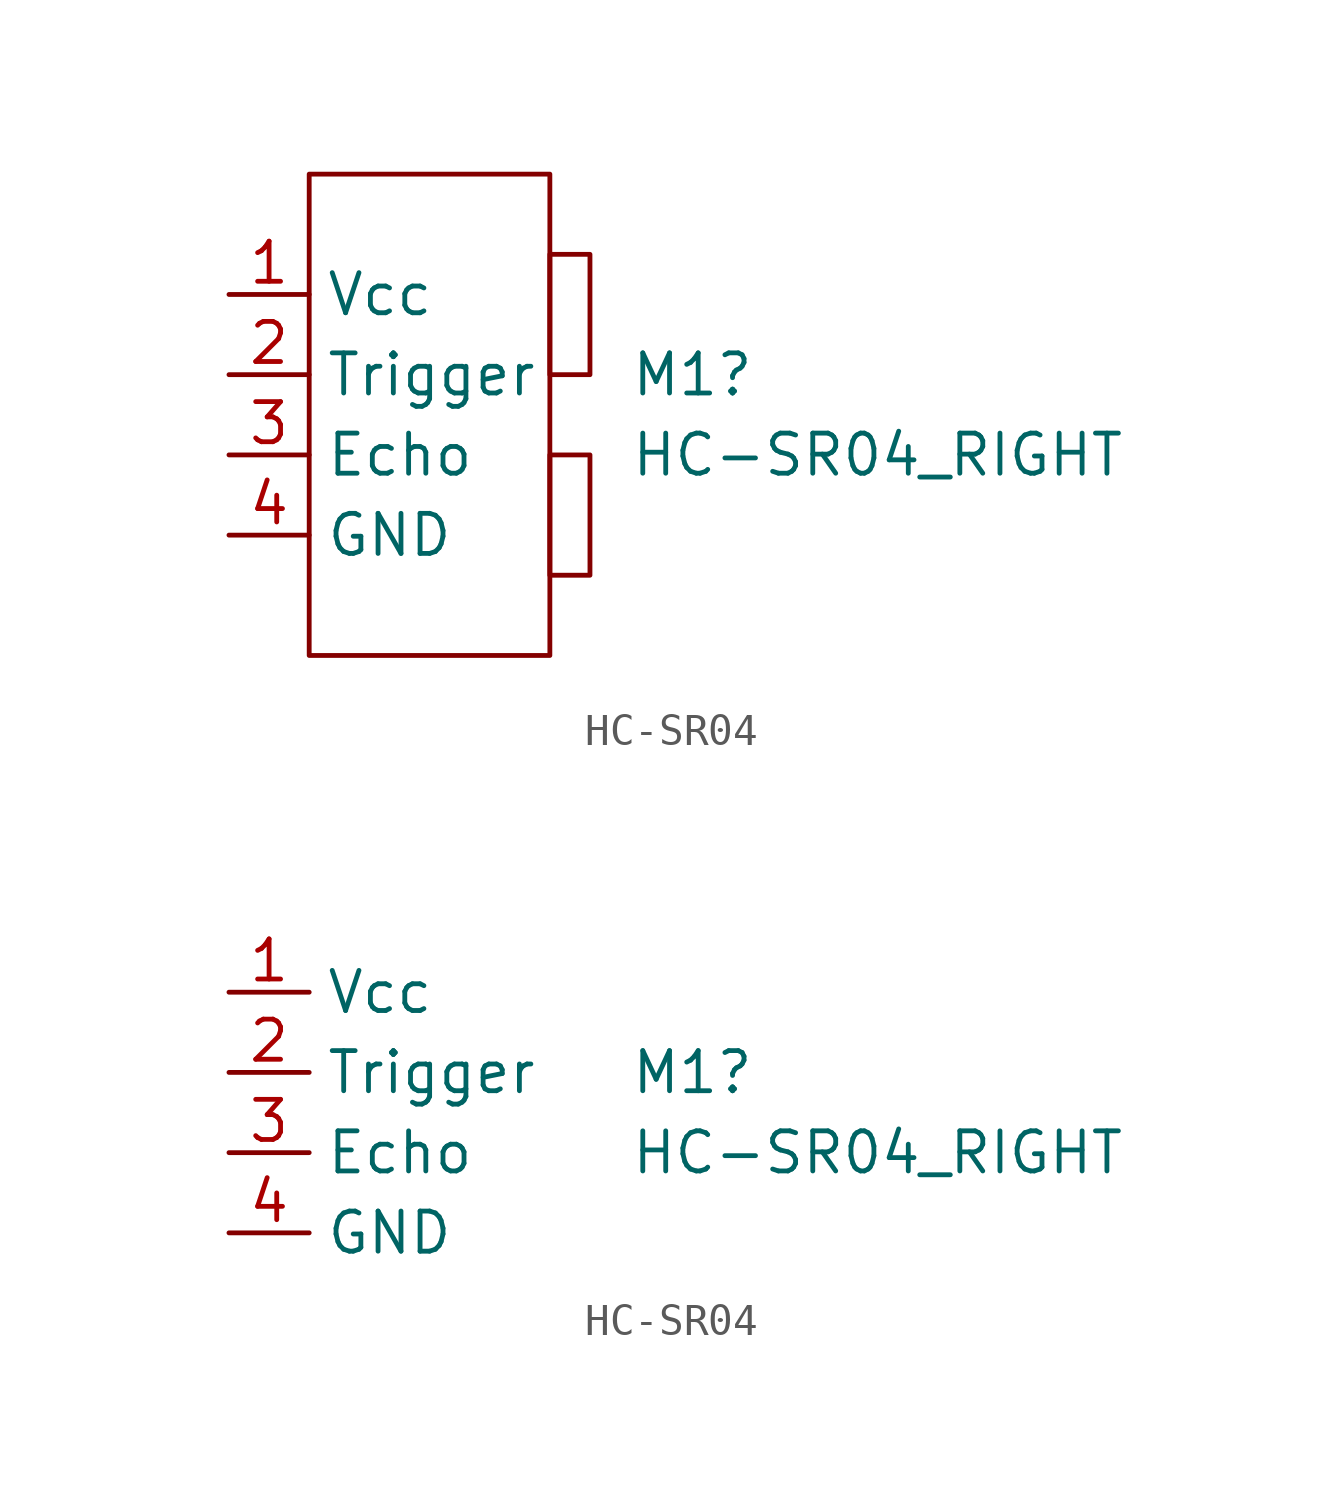
<source format=kicad_sym>
(kicad_symbol_lib
  (version 20231120)
  (generator "kicad_symbol_editor")
  (generator_version "8.0")
  (symbol "HC-SR04"
    (property "Reference" "M1"
      (at 6.35 -8.89 0)
      (effects (font (size 1.27 1.27)) (justify left)))
    (property "Value" "HC-SR04_RIGHT"
      (at 6.35 -11.43 0)
      (effects (font (size 1.27 1.27)) (justify left)))
    (symbol "HC-SR04_0_1"
      (rectangle (start -3.81 -2.54) (end 3.81 -17.78) (stroke (width 0) (type default)) (fill (type none)))
      (rectangle (start 3.81 -15.24) (end 5.08 -11.43) (stroke (width 0) (type default)) (fill (type none)))
      (rectangle (start 3.81 -5.08) (end 5.08 -8.89) (stroke (width 0) (type default)) (fill (type none))))
    (symbol "HC-SR04_1_1"
      (pin power_in line (at -6.35 -6.35 0) (length 2.54) (name "Vcc" (effects (font (size 1.27 1.27)))) (number "1" (effects (font (size 1.27 1.27)))))
      (pin input line (at -6.35 -8.89 0) (length 2.54) (name "Trigger" (effects (font (size 1.27 1.27)))) (number "2" (effects (font (size 1.27 1.27)))))
      (pin output line (at -6.35 -11.43 0) (length 2.54) (name "Echo" (effects (font (size 1.27 1.27)))) (number "3" (effects (font (size 1.27 1.27)))))
      (pin power_in line (at -6.35 -13.97 0) (length 2.54) (name "GND" (effects (font (size 1.27 1.27)))) (number "4" (effects (font (size 1.27 1.27))))))
    (symbol "HC-SR04_1_2"
      (pin power_in line (at -6.35 -6.35 0) (length 2.54) (name "Vcc" (effects (font (size 1.27 1.27)))) (number "1" (effects (font (size 1.27 1.27)))))
      (pin input line (at -6.35 -8.89 0) (length 2.54) (name "Trigger" (effects (font (size 1.27 1.27)))) (number "2" (effects (font (size 1.27 1.27)))))
      (pin output line (at -6.35 -11.43 0) (length 2.54) (name "Echo" (effects (font (size 1.27 1.27)))) (number "3" (effects (font (size 1.27 1.27)))))
      (pin power_in line (at -6.35 -13.97 0) (length 2.54) (name "GND" (effects (font (size 1.27 1.27)))) (number "4" (effects (font (size 1.27 1.27))))))))
</source>
